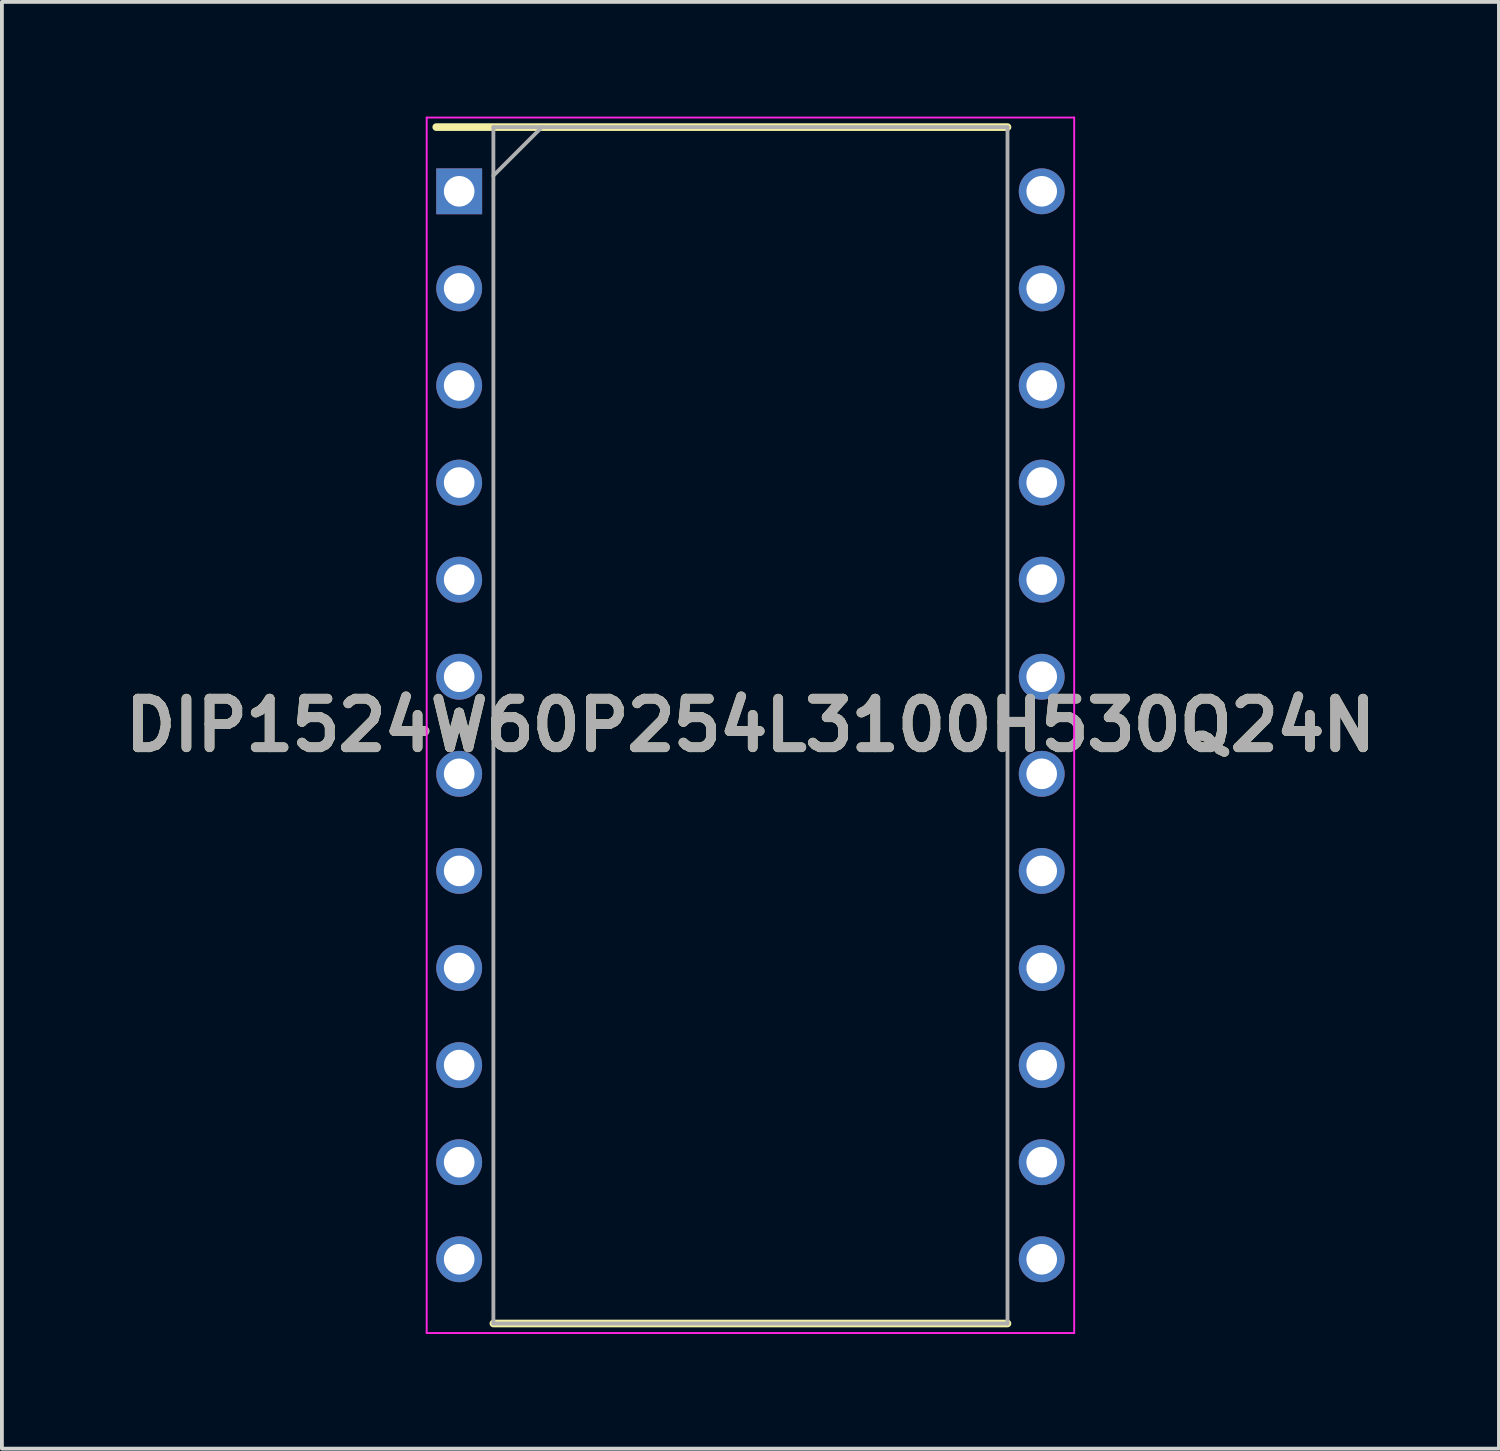
<source format=kicad_pcb>
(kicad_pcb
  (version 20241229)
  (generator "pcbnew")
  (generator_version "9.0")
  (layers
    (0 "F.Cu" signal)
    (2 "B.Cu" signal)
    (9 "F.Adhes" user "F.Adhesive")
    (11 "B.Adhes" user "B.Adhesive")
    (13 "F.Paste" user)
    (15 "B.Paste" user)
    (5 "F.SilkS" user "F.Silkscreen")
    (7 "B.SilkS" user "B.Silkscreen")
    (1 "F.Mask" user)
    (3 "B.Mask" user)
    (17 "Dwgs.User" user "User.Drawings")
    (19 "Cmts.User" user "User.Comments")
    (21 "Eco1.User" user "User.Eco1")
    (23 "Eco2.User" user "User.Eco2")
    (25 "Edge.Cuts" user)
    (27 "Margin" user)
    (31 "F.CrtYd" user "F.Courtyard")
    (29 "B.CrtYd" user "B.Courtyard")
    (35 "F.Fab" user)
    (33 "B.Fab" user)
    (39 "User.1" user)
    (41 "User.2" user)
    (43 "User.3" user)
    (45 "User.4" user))
  (footprint "DIP1524W60P254L3100H530Q24N"
    (layer "F.Cu")
    (at 16.583 15.925)
    (property "Reference" "DIP1524W60P254L3100H530Q24N" (at 0 0 0) (layer "F.SilkS") (effects (font (size 1.27 1.27) (thickness 0.254))))
    (attr through_hole)
    (fp_line (start -8.22 -15.65) (end 6.725 -15.65) (stroke (width 0.2) (type solid)) (layer "F.SilkS"))
    (fp_line (start -6.725 15.65) (end 6.725 15.65) (stroke (width 0.2) (type solid)) (layer "F.SilkS"))
    (fp_line (start -8.47 -15.9) (end 8.47 -15.9) (stroke (width 0.05) (type solid)) (layer "F.CrtYd"))
    (fp_line (start -8.47 15.9) (end -8.47 -15.9) (stroke (width 0.05) (type solid)) (layer "F.CrtYd"))
    (fp_line (start 8.47 -15.9) (end 8.47 15.9) (stroke (width 0.05) (type solid)) (layer "F.CrtYd"))
    (fp_line (start 8.47 15.9) (end -8.47 15.9) (stroke (width 0.05) (type solid)) (layer "F.CrtYd"))
    (fp_line (start -6.725 -15.65) (end 6.725 -15.65) (stroke (width 0.1) (type solid)) (layer "F.Fab"))
    (fp_line (start -6.725 -14.38) (end -5.455 -15.65) (stroke (width 0.1) (type solid)) (layer "F.Fab"))
    (fp_line (start -6.725 15.65) (end -6.725 -15.65) (stroke (width 0.1) (type solid)) (layer "F.Fab"))
    (fp_line (start 6.725 -15.65) (end 6.725 15.65) (stroke (width 0.1) (type solid)) (layer "F.Fab"))
    (fp_line (start 6.725 15.65) (end -6.725 15.65) (stroke (width 0.1) (type solid)) (layer "F.Fab"))
    (fp_text user "${REFERENCE}" (at 0 0 0) (layer "F.Fab") (effects (font (size 1.27 1.27) (thickness 0.254))))
    (pad "1" thru_hole rect (at -7.62 -13.97) (size 1.2 1.2) (drill 0.8) (layers "*.Cu" "*.Mask"))
    (pad "2" thru_hole circle (at -7.62 -11.43) (size 1.2 1.2) (drill 0.8) (layers "*.Cu" "*.Mask"))
    (pad "3" thru_hole circle (at -7.62 -8.89) (size 1.2 1.2) (drill 0.8) (layers "*.Cu" "*.Mask"))
    (pad "4" thru_hole circle (at -7.62 -6.35) (size 1.2 1.2) (drill 0.8) (layers "*.Cu" "*.Mask"))
    (pad "5" thru_hole circle (at -7.62 -3.81) (size 1.2 1.2) (drill 0.8) (layers "*.Cu" "*.Mask"))
    (pad "6" thru_hole circle (at -7.62 -1.27) (size 1.2 1.2) (drill 0.8) (layers "*.Cu" "*.Mask"))
    (pad "7" thru_hole circle (at -7.62 1.27) (size 1.2 1.2) (drill 0.8) (layers "*.Cu" "*.Mask"))
    (pad "8" thru_hole circle (at -7.62 3.81) (size 1.2 1.2) (drill 0.8) (layers "*.Cu" "*.Mask"))
    (pad "9" thru_hole circle (at -7.62 6.35) (size 1.2 1.2) (drill 0.8) (layers "*.Cu" "*.Mask"))
    (pad "10" thru_hole circle (at -7.62 8.89) (size 1.2 1.2) (drill 0.8) (layers "*.Cu" "*.Mask"))
    (pad "11" thru_hole circle (at -7.62 11.43) (size 1.2 1.2) (drill 0.8) (layers "*.Cu" "*.Mask"))
    (pad "12" thru_hole circle (at -7.62 13.97) (size 1.2 1.2) (drill 0.8) (layers "*.Cu" "*.Mask"))
    (pad "13" thru_hole circle (at 7.62 13.97) (size 1.2 1.2) (drill 0.8) (layers "*.Cu" "*.Mask"))
    (pad "14" thru_hole circle (at 7.62 11.43) (size 1.2 1.2) (drill 0.8) (layers "*.Cu" "*.Mask"))
    (pad "15" thru_hole circle (at 7.62 8.89) (size 1.2 1.2) (drill 0.8) (layers "*.Cu" "*.Mask"))
    (pad "16" thru_hole circle (at 7.62 6.35) (size 1.2 1.2) (drill 0.8) (layers "*.Cu" "*.Mask"))
    (pad "17" thru_hole circle (at 7.62 3.81) (size 1.2 1.2) (drill 0.8) (layers "*.Cu" "*.Mask"))
    (pad "18" thru_hole circle (at 7.62 1.27) (size 1.2 1.2) (drill 0.8) (layers "*.Cu" "*.Mask"))
    (pad "19" thru_hole circle (at 7.62 -1.27) (size 1.2 1.2) (drill 0.8) (layers "*.Cu" "*.Mask"))
    (pad "20" thru_hole circle (at 7.62 -3.81) (size 1.2 1.2) (drill 0.8) (layers "*.Cu" "*.Mask"))
    (pad "21" thru_hole circle (at 7.62 -6.35) (size 1.2 1.2) (drill 0.8) (layers "*.Cu" "*.Mask"))
    (pad "22" thru_hole circle (at 7.62 -8.89) (size 1.2 1.2) (drill 0.8) (layers "*.Cu" "*.Mask"))
    (pad "23" thru_hole circle (at 7.62 -11.43) (size 1.2 1.2) (drill 0.8) (layers "*.Cu" "*.Mask"))
    (pad "24" thru_hole circle (at 7.62 -13.97) (size 1.2 1.2) (drill 0.8) (layers "*.Cu" "*.Mask")))
  (gr_rect
    (start -3 -3)
    (end 36.165 34.85)
    (stroke (width 0.1) (type default))
    (fill no)
    (layer "Edge.Cuts")))
</source>
